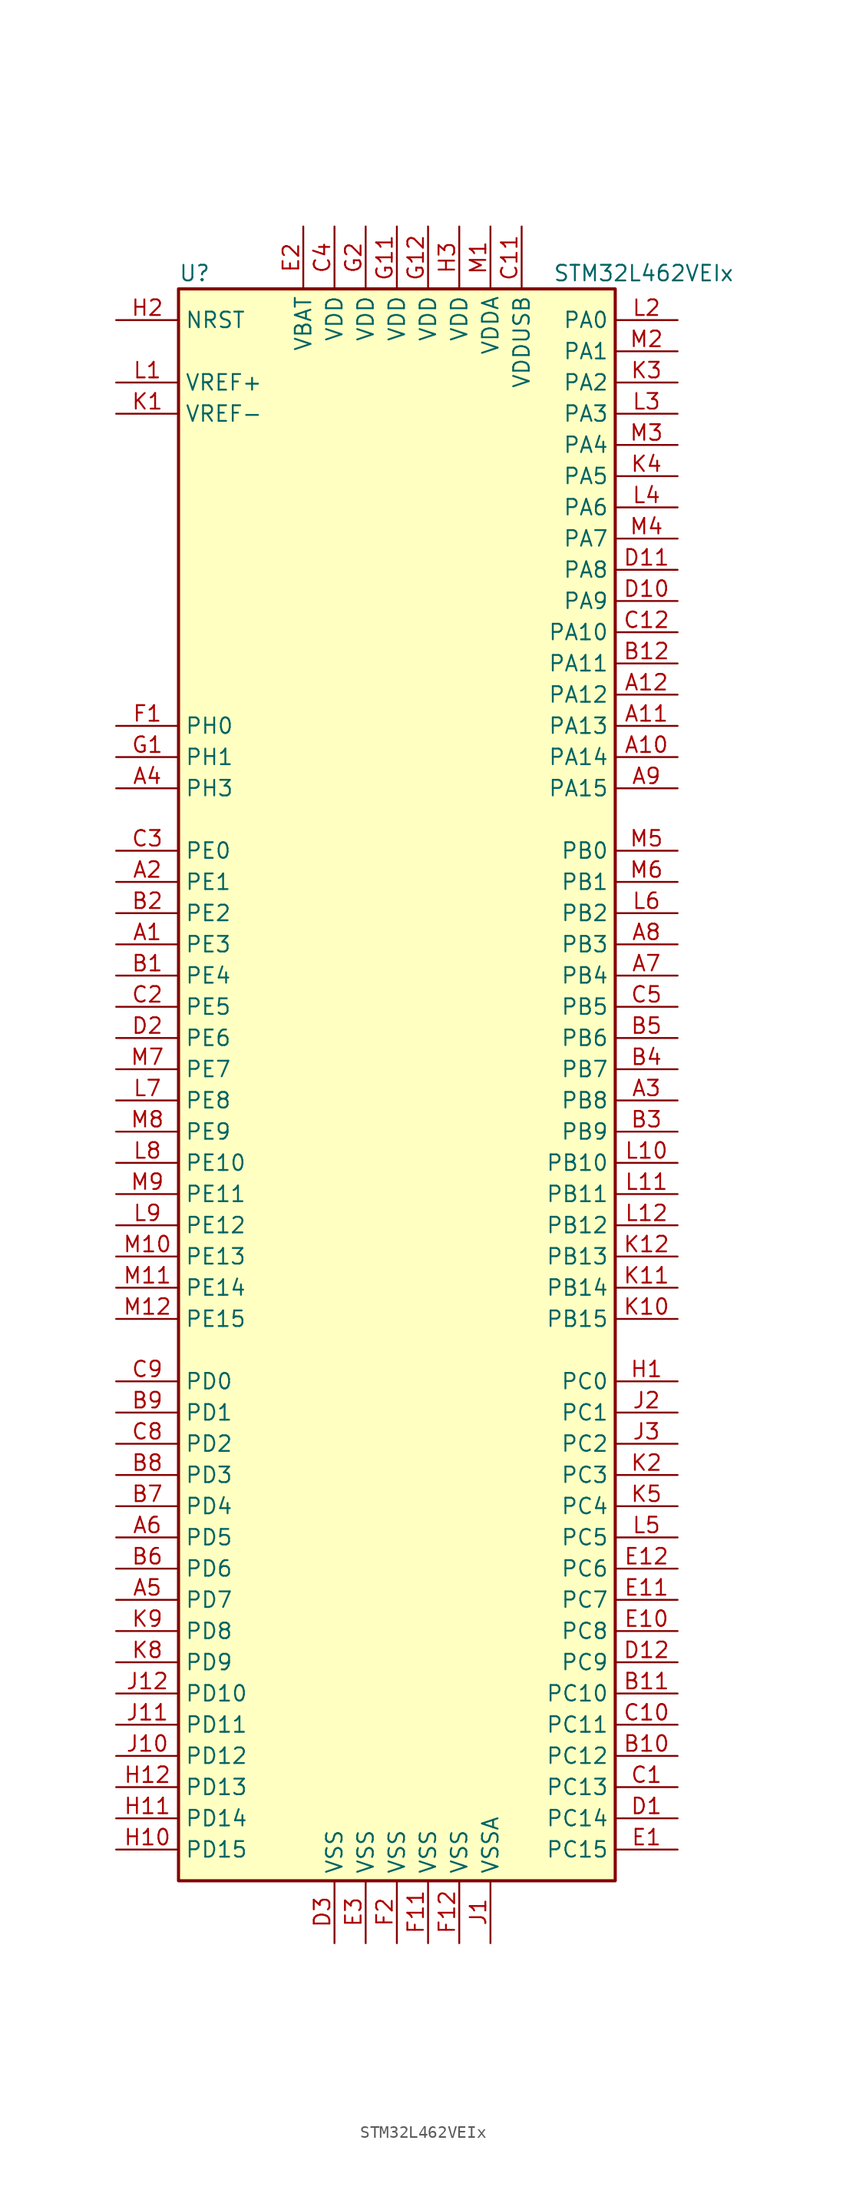
<source format=kicad_sym>
(kicad_symbol_lib
  (version 20201005)
  (generator kicad_symbol_editor)
  (symbol "STM32L462VEIx"
    (property "Reference" "U"
      (at -17.78 64.77 0)
      (effects (font (size 1.27 1.27)) (justify left)))
    (property "Value" "STM32L462VEIx"
      (at 12.7 64.77 0)
      (effects (font (size 1.27 1.27)) (justify left)))
    (symbol "STM32L462VEIx_0_1"
      (rectangle (start -17.78 -66.04) (end 17.78 63.5) (stroke (width 0.254)) (fill (type background))))
    (symbol "STM32L462VEIx_1_1"
      (pin bidirectional line (at -22.86 10.16 0) (length 5.08) (name "PE3" (effects (font (size 1.27 1.27)))) (number "A1" (effects (font (size 1.27 1.27)))))
      (pin bidirectional line (at 22.86 25.4 180) (length 5.08) (name "PA14" (effects (font (size 1.27 1.27)))) (number "A10" (effects (font (size 1.27 1.27)))))
      (pin bidirectional line (at 22.86 27.94 180) (length 5.08) (name "PA13" (effects (font (size 1.27 1.27)))) (number "A11" (effects (font (size 1.27 1.27)))))
      (pin bidirectional line (at 22.86 30.48 180) (length 5.08) (name "PA12" (effects (font (size 1.27 1.27)))) (number "A12" (effects (font (size 1.27 1.27)))))
      (pin bidirectional line (at -22.86 15.24 0) (length 5.08) (name "PE1" (effects (font (size 1.27 1.27)))) (number "A2" (effects (font (size 1.27 1.27)))))
      (pin bidirectional line (at 22.86 -2.54 180) (length 5.08) (name "PB8" (effects (font (size 1.27 1.27)))) (number "A3" (effects (font (size 1.27 1.27)))))
      (pin bidirectional line (at -22.86 22.86 0) (length 5.08) (name "PH3" (effects (font (size 1.27 1.27)))) (number "A4" (effects (font (size 1.27 1.27)))))
      (pin bidirectional line (at -22.86 -43.18 0) (length 5.08) (name "PD7" (effects (font (size 1.27 1.27)))) (number "A5" (effects (font (size 1.27 1.27)))))
      (pin bidirectional line (at -22.86 -38.1 0) (length 5.08) (name "PD5" (effects (font (size 1.27 1.27)))) (number "A6" (effects (font (size 1.27 1.27)))))
      (pin bidirectional line (at 22.86 7.62 180) (length 5.08) (name "PB4" (effects (font (size 1.27 1.27)))) (number "A7" (effects (font (size 1.27 1.27)))))
      (pin bidirectional line (at 22.86 10.16 180) (length 5.08) (name "PB3" (effects (font (size 1.27 1.27)))) (number "A8" (effects (font (size 1.27 1.27)))))
      (pin bidirectional line (at 22.86 22.86 180) (length 5.08) (name "PA15" (effects (font (size 1.27 1.27)))) (number "A9" (effects (font (size 1.27 1.27)))))
      (pin bidirectional line (at -22.86 7.62 0) (length 5.08) (name "PE4" (effects (font (size 1.27 1.27)))) (number "B1" (effects (font (size 1.27 1.27)))))
      (pin bidirectional line (at 22.86 -55.88 180) (length 5.08) (name "PC12" (effects (font (size 1.27 1.27)))) (number "B10" (effects (font (size 1.27 1.27)))))
      (pin bidirectional line (at 22.86 -50.8 180) (length 5.08) (name "PC10" (effects (font (size 1.27 1.27)))) (number "B11" (effects (font (size 1.27 1.27)))))
      (pin bidirectional line (at 22.86 33.02 180) (length 5.08) (name "PA11" (effects (font (size 1.27 1.27)))) (number "B12" (effects (font (size 1.27 1.27)))))
      (pin bidirectional line (at -22.86 12.7 0) (length 5.08) (name "PE2" (effects (font (size 1.27 1.27)))) (number "B2" (effects (font (size 1.27 1.27)))))
      (pin bidirectional line (at 22.86 -5.08 180) (length 5.08) (name "PB9" (effects (font (size 1.27 1.27)))) (number "B3" (effects (font (size 1.27 1.27)))))
      (pin bidirectional line (at 22.86 0 180) (length 5.08) (name "PB7" (effects (font (size 1.27 1.27)))) (number "B4" (effects (font (size 1.27 1.27)))))
      (pin bidirectional line (at 22.86 2.54 180) (length 5.08) (name "PB6" (effects (font (size 1.27 1.27)))) (number "B5" (effects (font (size 1.27 1.27)))))
      (pin bidirectional line (at -22.86 -40.64 0) (length 5.08) (name "PD6" (effects (font (size 1.27 1.27)))) (number "B6" (effects (font (size 1.27 1.27)))))
      (pin bidirectional line (at -22.86 -35.56 0) (length 5.08) (name "PD4" (effects (font (size 1.27 1.27)))) (number "B7" (effects (font (size 1.27 1.27)))))
      (pin bidirectional line (at -22.86 -33.02 0) (length 5.08) (name "PD3" (effects (font (size 1.27 1.27)))) (number "B8" (effects (font (size 1.27 1.27)))))
      (pin bidirectional line (at -22.86 -27.94 0) (length 5.08) (name "PD1" (effects (font (size 1.27 1.27)))) (number "B9" (effects (font (size 1.27 1.27)))))
      (pin bidirectional line (at 22.86 -58.42 180) (length 5.08) (name "PC13" (effects (font (size 1.27 1.27)))) (number "C1" (effects (font (size 1.27 1.27)))))
      (pin bidirectional line (at 22.86 -53.34 180) (length 5.08) (name "PC11" (effects (font (size 1.27 1.27)))) (number "C10" (effects (font (size 1.27 1.27)))))
      (pin power_in line (at 10.16 68.58 270) (length 5.08) (name "VDDUSB" (effects (font (size 1.27 1.27)))) (number "C11" (effects (font (size 1.27 1.27)))))
      (pin bidirectional line (at 22.86 35.56 180) (length 5.08) (name "PA10" (effects (font (size 1.27 1.27)))) (number "C12" (effects (font (size 1.27 1.27)))))
      (pin bidirectional line (at -22.86 5.08 0) (length 5.08) (name "PE5" (effects (font (size 1.27 1.27)))) (number "C2" (effects (font (size 1.27 1.27)))))
      (pin bidirectional line (at -22.86 17.78 0) (length 5.08) (name "PE0" (effects (font (size 1.27 1.27)))) (number "C3" (effects (font (size 1.27 1.27)))))
      (pin power_in line (at -5.08 68.58 270) (length 5.08) (name "VDD" (effects (font (size 1.27 1.27)))) (number "C4" (effects (font (size 1.27 1.27)))))
      (pin bidirectional line (at 22.86 5.08 180) (length 5.08) (name "PB5" (effects (font (size 1.27 1.27)))) (number "C5" (effects (font (size 1.27 1.27)))))
      (pin bidirectional line (at -22.86 -30.48 0) (length 5.08) (name "PD2" (effects (font (size 1.27 1.27)))) (number "C8" (effects (font (size 1.27 1.27)))))
      (pin bidirectional line (at -22.86 -25.4 0) (length 5.08) (name "PD0" (effects (font (size 1.27 1.27)))) (number "C9" (effects (font (size 1.27 1.27)))))
      (pin bidirectional line (at 22.86 -60.96 180) (length 5.08) (name "PC14" (effects (font (size 1.27 1.27)))) (number "D1" (effects (font (size 1.27 1.27)))))
      (pin bidirectional line (at 22.86 38.1 180) (length 5.08) (name "PA9" (effects (font (size 1.27 1.27)))) (number "D10" (effects (font (size 1.27 1.27)))))
      (pin bidirectional line (at 22.86 40.64 180) (length 5.08) (name "PA8" (effects (font (size 1.27 1.27)))) (number "D11" (effects (font (size 1.27 1.27)))))
      (pin bidirectional line (at 22.86 -48.26 180) (length 5.08) (name "PC9" (effects (font (size 1.27 1.27)))) (number "D12" (effects (font (size 1.27 1.27)))))
      (pin bidirectional line (at -22.86 2.54 0) (length 5.08) (name "PE6" (effects (font (size 1.27 1.27)))) (number "D2" (effects (font (size 1.27 1.27)))))
      (pin power_in line (at -5.08 -71.12 90) (length 5.08) (name "VSS" (effects (font (size 1.27 1.27)))) (number "D3" (effects (font (size 1.27 1.27)))))
      (pin bidirectional line (at 22.86 -63.5 180) (length 5.08) (name "PC15" (effects (font (size 1.27 1.27)))) (number "E1" (effects (font (size 1.27 1.27)))))
      (pin bidirectional line (at 22.86 -45.72 180) (length 5.08) (name "PC8" (effects (font (size 1.27 1.27)))) (number "E10" (effects (font (size 1.27 1.27)))))
      (pin bidirectional line (at 22.86 -43.18 180) (length 5.08) (name "PC7" (effects (font (size 1.27 1.27)))) (number "E11" (effects (font (size 1.27 1.27)))))
      (pin bidirectional line (at 22.86 -40.64 180) (length 5.08) (name "PC6" (effects (font (size 1.27 1.27)))) (number "E12" (effects (font (size 1.27 1.27)))))
      (pin power_in line (at -7.62 68.58 270) (length 5.08) (name "VBAT" (effects (font (size 1.27 1.27)))) (number "E2" (effects (font (size 1.27 1.27)))))
      (pin power_in line (at -2.54 -71.12 90) (length 5.08) (name "VSS" (effects (font (size 1.27 1.27)))) (number "E3" (effects (font (size 1.27 1.27)))))
      (pin input line (at -22.86 27.94 0) (length 5.08) (name "PH0" (effects (font (size 1.27 1.27)))) (number "F1" (effects (font (size 1.27 1.27)))))
      (pin power_in line (at 2.54 -71.12 90) (length 5.08) (name "VSS" (effects (font (size 1.27 1.27)))) (number "F11" (effects (font (size 1.27 1.27)))))
      (pin power_in line (at 5.08 -71.12 90) (length 5.08) (name "VSS" (effects (font (size 1.27 1.27)))) (number "F12" (effects (font (size 1.27 1.27)))))
      (pin power_in line (at 0 -71.12 90) (length 5.08) (name "VSS" (effects (font (size 1.27 1.27)))) (number "F2" (effects (font (size 1.27 1.27)))))
      (pin input line (at -22.86 25.4 0) (length 5.08) (name "PH1" (effects (font (size 1.27 1.27)))) (number "G1" (effects (font (size 1.27 1.27)))))
      (pin power_in line (at 0 68.58 270) (length 5.08) (name "VDD" (effects (font (size 1.27 1.27)))) (number "G11" (effects (font (size 1.27 1.27)))))
      (pin power_in line (at 2.54 68.58 270) (length 5.08) (name "VDD" (effects (font (size 1.27 1.27)))) (number "G12" (effects (font (size 1.27 1.27)))))
      (pin power_in line (at -2.54 68.58 270) (length 5.08) (name "VDD" (effects (font (size 1.27 1.27)))) (number "G2" (effects (font (size 1.27 1.27)))))
      (pin bidirectional line (at 22.86 -25.4 180) (length 5.08) (name "PC0" (effects (font (size 1.27 1.27)))) (number "H1" (effects (font (size 1.27 1.27)))))
      (pin bidirectional line (at -22.86 -63.5 0) (length 5.08) (name "PD15" (effects (font (size 1.27 1.27)))) (number "H10" (effects (font (size 1.27 1.27)))))
      (pin bidirectional line (at -22.86 -60.96 0) (length 5.08) (name "PD14" (effects (font (size 1.27 1.27)))) (number "H11" (effects (font (size 1.27 1.27)))))
      (pin bidirectional line (at -22.86 -58.42 0) (length 5.08) (name "PD13" (effects (font (size 1.27 1.27)))) (number "H12" (effects (font (size 1.27 1.27)))))
      (pin input line (at -22.86 60.96 0) (length 5.08) (name "NRST" (effects (font (size 1.27 1.27)))) (number "H2" (effects (font (size 1.27 1.27)))))
      (pin power_in line (at 5.08 68.58 270) (length 5.08) (name "VDD" (effects (font (size 1.27 1.27)))) (number "H3" (effects (font (size 1.27 1.27)))))
      (pin power_in line (at 7.62 -71.12 90) (length 5.08) (name "VSSA" (effects (font (size 1.27 1.27)))) (number "J1" (effects (font (size 1.27 1.27)))))
      (pin bidirectional line (at -22.86 -55.88 0) (length 5.08) (name "PD12" (effects (font (size 1.27 1.27)))) (number "J10" (effects (font (size 1.27 1.27)))))
      (pin bidirectional line (at -22.86 -53.34 0) (length 5.08) (name "PD11" (effects (font (size 1.27 1.27)))) (number "J11" (effects (font (size 1.27 1.27)))))
      (pin bidirectional line (at -22.86 -50.8 0) (length 5.08) (name "PD10" (effects (font (size 1.27 1.27)))) (number "J12" (effects (font (size 1.27 1.27)))))
      (pin bidirectional line (at 22.86 -27.94 180) (length 5.08) (name "PC1" (effects (font (size 1.27 1.27)))) (number "J2" (effects (font (size 1.27 1.27)))))
      (pin bidirectional line (at 22.86 -30.48 180) (length 5.08) (name "PC2" (effects (font (size 1.27 1.27)))) (number "J3" (effects (font (size 1.27 1.27)))))
      (pin power_in line (at -22.86 53.34 0) (length 5.08) (name "VREF-" (effects (font (size 1.27 1.27)))) (number "K1" (effects (font (size 1.27 1.27)))))
      (pin bidirectional line (at 22.86 -20.32 180) (length 5.08) (name "PB15" (effects (font (size 1.27 1.27)))) (number "K10" (effects (font (size 1.27 1.27)))))
      (pin bidirectional line (at 22.86 -17.78 180) (length 5.08) (name "PB14" (effects (font (size 1.27 1.27)))) (number "K11" (effects (font (size 1.27 1.27)))))
      (pin bidirectional line (at 22.86 -15.24 180) (length 5.08) (name "PB13" (effects (font (size 1.27 1.27)))) (number "K12" (effects (font (size 1.27 1.27)))))
      (pin bidirectional line (at 22.86 -33.02 180) (length 5.08) (name "PC3" (effects (font (size 1.27 1.27)))) (number "K2" (effects (font (size 1.27 1.27)))))
      (pin bidirectional line (at 22.86 55.88 180) (length 5.08) (name "PA2" (effects (font (size 1.27 1.27)))) (number "K3" (effects (font (size 1.27 1.27)))))
      (pin bidirectional line (at 22.86 48.26 180) (length 5.08) (name "PA5" (effects (font (size 1.27 1.27)))) (number "K4" (effects (font (size 1.27 1.27)))))
      (pin bidirectional line (at 22.86 -35.56 180) (length 5.08) (name "PC4" (effects (font (size 1.27 1.27)))) (number "K5" (effects (font (size 1.27 1.27)))))
      (pin bidirectional line (at -22.86 -48.26 0) (length 5.08) (name "PD9" (effects (font (size 1.27 1.27)))) (number "K8" (effects (font (size 1.27 1.27)))))
      (pin bidirectional line (at -22.86 -45.72 0) (length 5.08) (name "PD8" (effects (font (size 1.27 1.27)))) (number "K9" (effects (font (size 1.27 1.27)))))
      (pin bidirectional line (at -22.86 55.88 0) (length 5.08) (name "VREF+" (effects (font (size 1.27 1.27)))) (number "L1" (effects (font (size 1.27 1.27)))))
      (pin bidirectional line (at 22.86 -7.62 180) (length 5.08) (name "PB10" (effects (font (size 1.27 1.27)))) (number "L10" (effects (font (size 1.27 1.27)))))
      (pin bidirectional line (at 22.86 -10.16 180) (length 5.08) (name "PB11" (effects (font (size 1.27 1.27)))) (number "L11" (effects (font (size 1.27 1.27)))))
      (pin bidirectional line (at 22.86 -12.7 180) (length 5.08) (name "PB12" (effects (font (size 1.27 1.27)))) (number "L12" (effects (font (size 1.27 1.27)))))
      (pin bidirectional line (at 22.86 60.96 180) (length 5.08) (name "PA0" (effects (font (size 1.27 1.27)))) (number "L2" (effects (font (size 1.27 1.27)))))
      (pin bidirectional line (at 22.86 53.34 180) (length 5.08) (name "PA3" (effects (font (size 1.27 1.27)))) (number "L3" (effects (font (size 1.27 1.27)))))
      (pin bidirectional line (at 22.86 45.72 180) (length 5.08) (name "PA6" (effects (font (size 1.27 1.27)))) (number "L4" (effects (font (size 1.27 1.27)))))
      (pin bidirectional line (at 22.86 -38.1 180) (length 5.08) (name "PC5" (effects (font (size 1.27 1.27)))) (number "L5" (effects (font (size 1.27 1.27)))))
      (pin bidirectional line (at 22.86 12.7 180) (length 5.08) (name "PB2" (effects (font (size 1.27 1.27)))) (number "L6" (effects (font (size 1.27 1.27)))))
      (pin bidirectional line (at -22.86 -2.54 0) (length 5.08) (name "PE8" (effects (font (size 1.27 1.27)))) (number "L7" (effects (font (size 1.27 1.27)))))
      (pin bidirectional line (at -22.86 -7.62 0) (length 5.08) (name "PE10" (effects (font (size 1.27 1.27)))) (number "L8" (effects (font (size 1.27 1.27)))))
      (pin bidirectional line (at -22.86 -12.7 0) (length 5.08) (name "PE12" (effects (font (size 1.27 1.27)))) (number "L9" (effects (font (size 1.27 1.27)))))
      (pin power_in line (at 7.62 68.58 270) (length 5.08) (name "VDDA" (effects (font (size 1.27 1.27)))) (number "M1" (effects (font (size 1.27 1.27)))))
      (pin bidirectional line (at -22.86 -15.24 0) (length 5.08) (name "PE13" (effects (font (size 1.27 1.27)))) (number "M10" (effects (font (size 1.27 1.27)))))
      (pin bidirectional line (at -22.86 -17.78 0) (length 5.08) (name "PE14" (effects (font (size 1.27 1.27)))) (number "M11" (effects (font (size 1.27 1.27)))))
      (pin bidirectional line (at -22.86 -20.32 0) (length 5.08) (name "PE15" (effects (font (size 1.27 1.27)))) (number "M12" (effects (font (size 1.27 1.27)))))
      (pin bidirectional line (at 22.86 58.42 180) (length 5.08) (name "PA1" (effects (font (size 1.27 1.27)))) (number "M2" (effects (font (size 1.27 1.27)))))
      (pin bidirectional line (at 22.86 50.8 180) (length 5.08) (name "PA4" (effects (font (size 1.27 1.27)))) (number "M3" (effects (font (size 1.27 1.27)))))
      (pin bidirectional line (at 22.86 43.18 180) (length 5.08) (name "PA7" (effects (font (size 1.27 1.27)))) (number "M4" (effects (font (size 1.27 1.27)))))
      (pin bidirectional line (at 22.86 17.78 180) (length 5.08) (name "PB0" (effects (font (size 1.27 1.27)))) (number "M5" (effects (font (size 1.27 1.27)))))
      (pin bidirectional line (at 22.86 15.24 180) (length 5.08) (name "PB1" (effects (font (size 1.27 1.27)))) (number "M6" (effects (font (size 1.27 1.27)))))
      (pin bidirectional line (at -22.86 0 0) (length 5.08) (name "PE7" (effects (font (size 1.27 1.27)))) (number "M7" (effects (font (size 1.27 1.27)))))
      (pin bidirectional line (at -22.86 -5.08 0) (length 5.08) (name "PE9" (effects (font (size 1.27 1.27)))) (number "M8" (effects (font (size 1.27 1.27)))))
      (pin bidirectional line (at -22.86 -10.16 0) (length 5.08) (name "PE11" (effects (font (size 1.27 1.27)))) (number "M9" (effects (font (size 1.27 1.27))))))))
</source>
